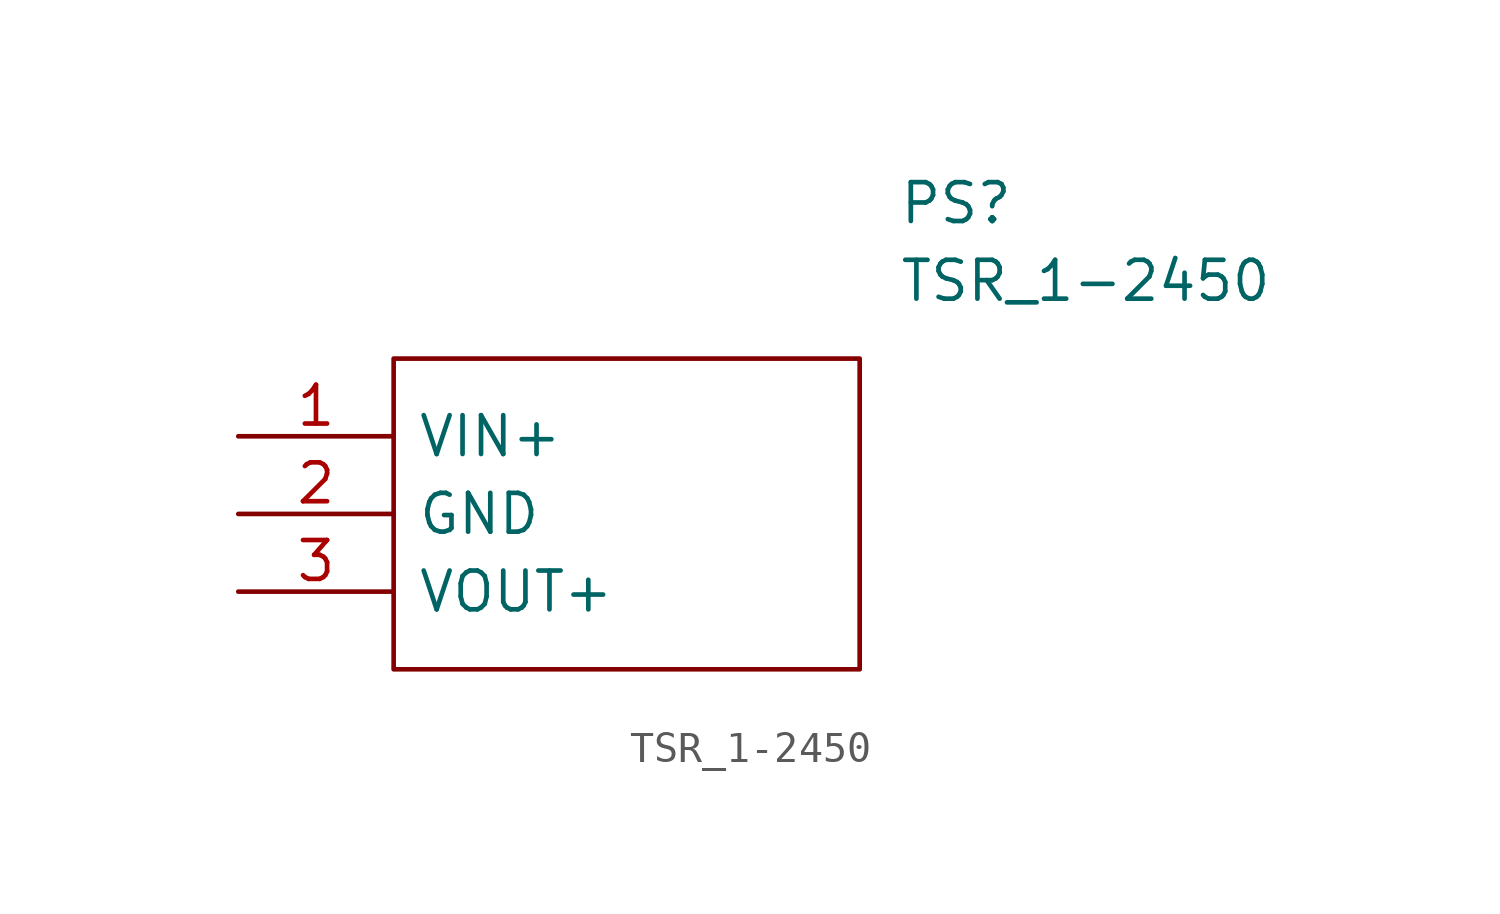
<source format=kicad_sym>
(kicad_symbol_lib
  (version 20231120)
  (generator "kicad_symbol_editor")
  (generator_version "8.0")
  (symbol "TSR_1-2450"
    (pin_names
      (offset 0.762))
    (property "Reference" "PS"
      (at 21.59 7.62 0)
      (effects (font (size 1.27 1.27)) (justify left)))
    (property "Value" "TSR_1-2450"
      (at 21.59 5.08 0)
      (effects (font (size 1.27 1.27)) (justify left)))
    (symbol "TSR_1-2450_0_0"
      (pin input line (at 0 0 0) (length 5.08) (name "VIN+" (effects (font (size 1.27 1.27)))) (number "1" (effects (font (size 1.27 1.27)))))
      (pin power_in line (at 0 -2.54 0) (length 5.08) (name "GND" (effects (font (size 1.27 1.27)))) (number "2" (effects (font (size 1.27 1.27)))))
      (pin input line (at 0 -5.08 0) (length 5.08) (name "VOUT+" (effects (font (size 1.27 1.27)))) (number "3" (effects (font (size 1.27 1.27))))))
    (symbol "TSR_1-2450_0_1"
      (polyline (pts (xy 5.08 2.54) (xy 20.32 2.54) (xy 20.32 -7.62) (xy 5.08 -7.62) (xy 5.08 2.54)) (stroke (width 0.152) (type solid)) (fill (type none))))))
</source>
